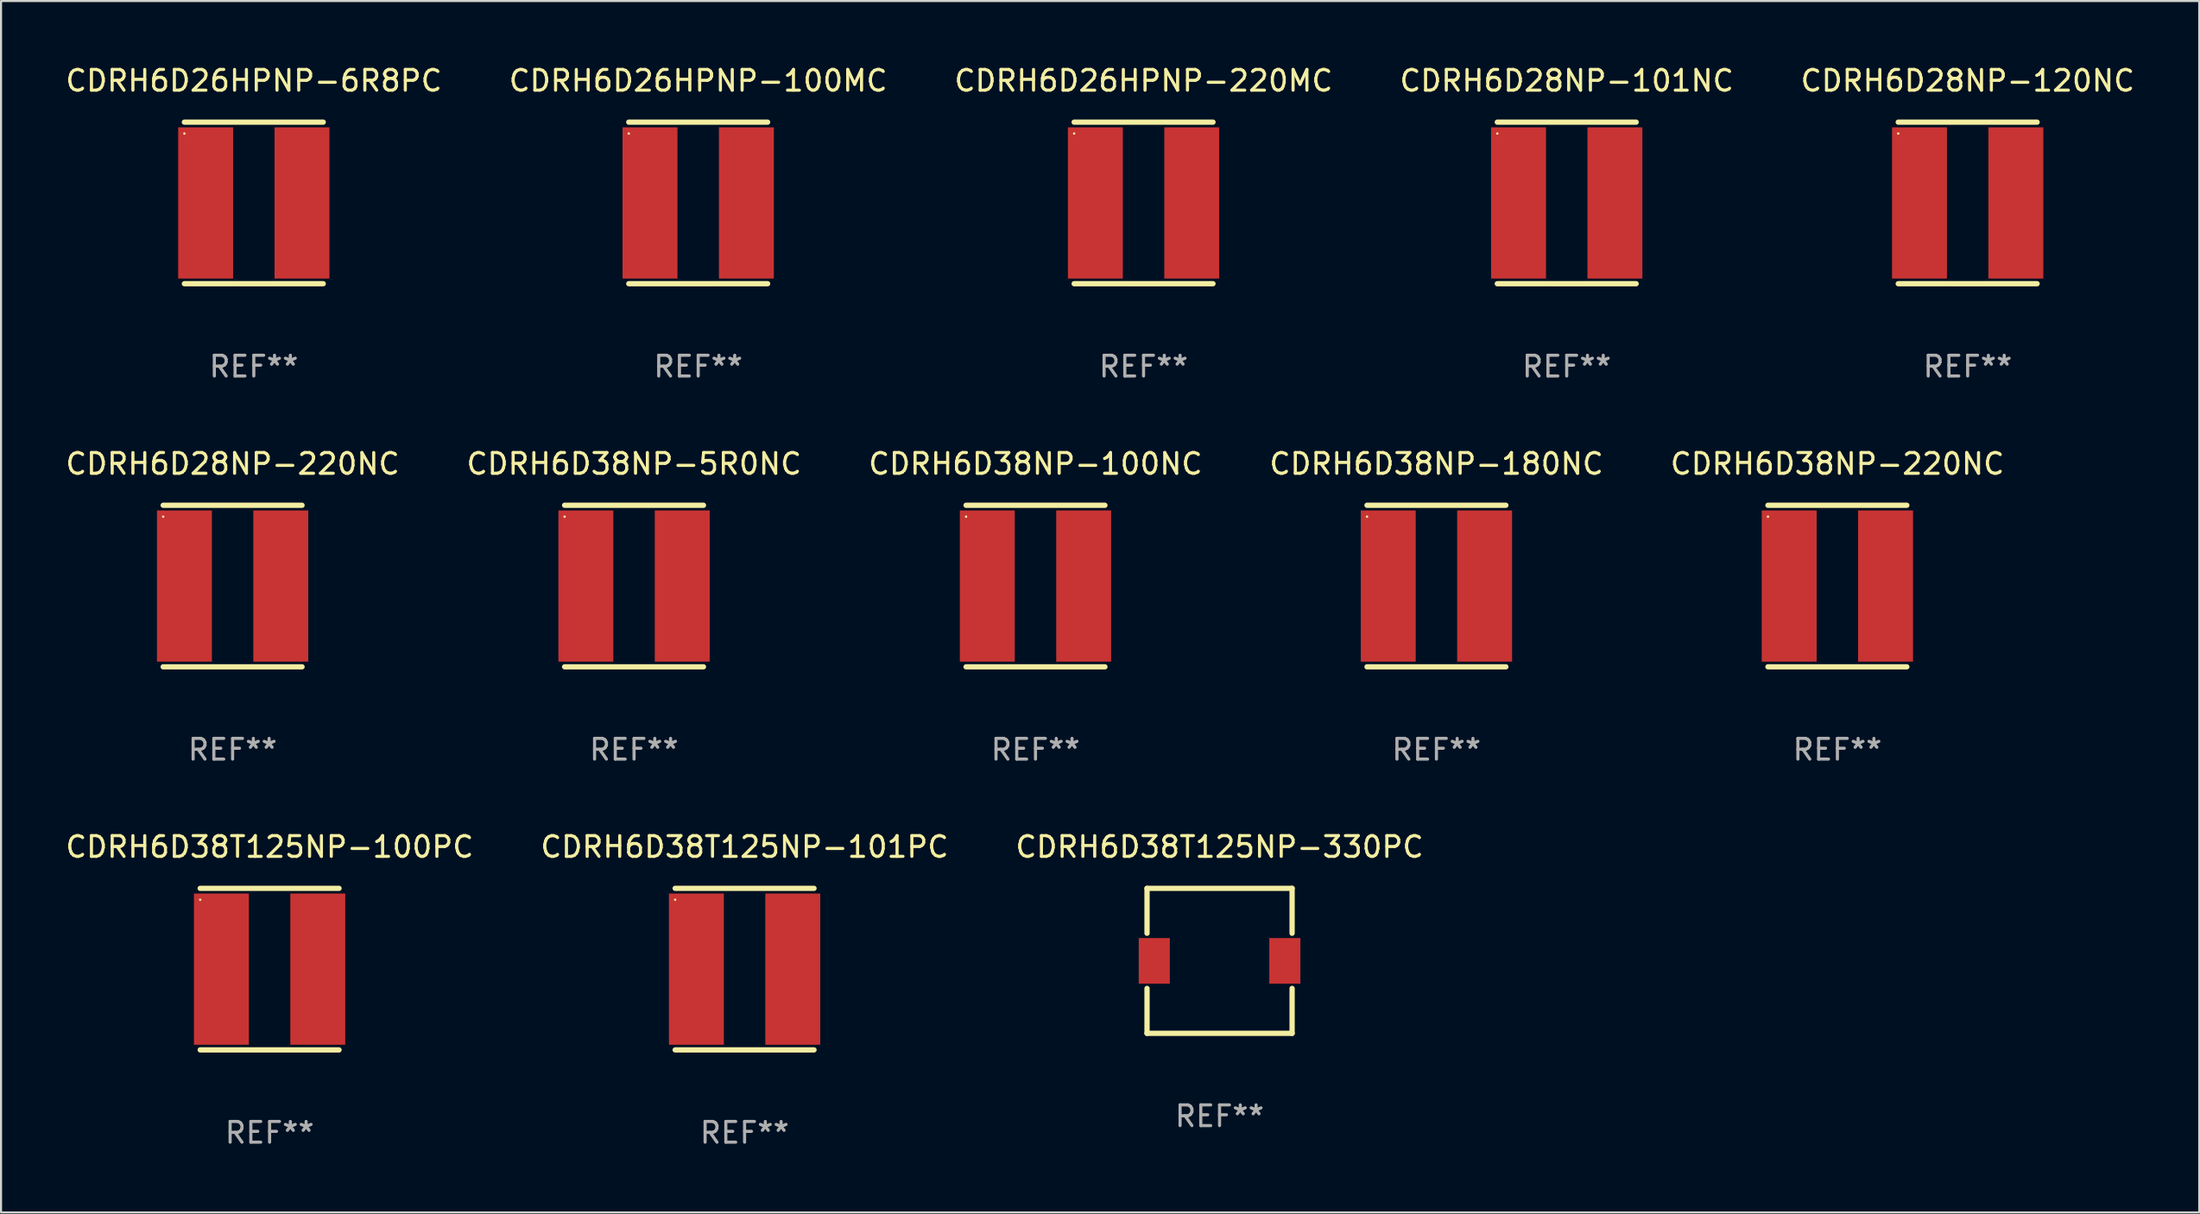
<source format=kicad_pcb>
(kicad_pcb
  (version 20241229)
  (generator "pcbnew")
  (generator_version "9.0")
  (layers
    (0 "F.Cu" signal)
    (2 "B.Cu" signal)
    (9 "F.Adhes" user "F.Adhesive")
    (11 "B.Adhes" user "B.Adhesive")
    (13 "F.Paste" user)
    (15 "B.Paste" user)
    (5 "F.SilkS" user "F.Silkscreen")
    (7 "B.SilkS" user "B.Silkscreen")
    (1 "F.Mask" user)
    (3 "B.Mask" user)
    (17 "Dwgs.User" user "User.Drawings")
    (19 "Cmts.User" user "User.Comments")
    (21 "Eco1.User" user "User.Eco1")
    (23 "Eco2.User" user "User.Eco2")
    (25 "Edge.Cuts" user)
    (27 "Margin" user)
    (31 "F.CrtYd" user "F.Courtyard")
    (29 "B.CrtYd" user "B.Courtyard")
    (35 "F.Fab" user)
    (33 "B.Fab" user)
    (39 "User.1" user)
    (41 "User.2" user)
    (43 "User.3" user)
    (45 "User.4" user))
  (footprint "CDRH6D28NP-120NC"
    (layer "F.Cu")
    (at 91.887 6.748)
    (property "Reference" "CDRH6D28NP-120NC" (at 0 -5.9 0) (layer "F.SilkS") (effects (font (size 1 1) (thickness 0.15))))
    (attr through_hole)
    (fp_line (start -3.35 -3.9) (end 3.35 -3.9) (stroke (width 0.254) (type solid)) (layer "F.SilkS"))
    (fp_line (start -3.35 3.9) (end 3.35 3.9) (stroke (width 0.254) (type solid)) (layer "F.SilkS"))
    (fp_circle (center -3.35 -3.35) (end -3.32 -3.35) (stroke (width 0.06) (type solid)) (fill no) (layer "F.SilkS"))
    (fp_text user "REF**" (at 0 7.9 0) (layer "F.Fab") (effects (font (size 1 1) (thickness 0.15))))
    (pad "1" smd rect (at -2.325 0) (size 2.65 7.3) (layers "F.Cu" "F.Mask" "F.Paste"))
    (pad "2" smd rect (at 2.325 0) (size 2.65 7.3) (layers "F.Cu" "F.Mask" "F.Paste")))
  (footprint "CDRH6D38T125NP-101PC"
    (layer "F.Cu")
    (at 32.875 43.741)
    (property "Reference" "CDRH6D38T125NP-101PC" (at 0 -5.9 0) (layer "F.SilkS") (effects (font (size 1 1) (thickness 0.15))))
    (attr through_hole)
    (fp_line (start -3.35 -3.9) (end 3.35 -3.9) (stroke (width 0.254) (type solid)) (layer "F.SilkS"))
    (fp_line (start -3.35 3.9) (end 3.35 3.9) (stroke (width 0.254) (type solid)) (layer "F.SilkS"))
    (fp_circle (center -3.35 -3.35) (end -3.32 -3.35) (stroke (width 0.06) (type solid)) (fill no) (layer "F.SilkS"))
    (fp_text user "REF**" (at 0 7.9 0) (layer "F.Fab") (effects (font (size 1 1) (thickness 0.15))))
    (pad "1" smd rect (at -2.325 0) (size 2.65 7.3) (layers "F.Cu" "F.Mask" "F.Paste"))
    (pad "2" smd rect (at 2.325 0) (size 2.65 7.3) (layers "F.Cu" "F.Mask" "F.Paste")))
  (footprint "CDRH6D38T125NP-330PC"
    (layer "F.Cu")
    (at 55.792 43.341)
    (property "Reference" "CDRH6D38T125NP-330PC" (at 0 -5.5 0) (layer "F.SilkS") (effects (font (size 1 1) (thickness 0.15))))
    (attr through_hole)
    (fp_line (start -3.5 -3.5) (end -3.5 -1.331) (stroke (width 0.254) (type solid)) (layer "F.SilkS"))
    (fp_line (start -3.5 -3.5) (end 3.5 -3.5) (stroke (width 0.254) (type solid)) (layer "F.SilkS"))
    (fp_line (start -3.5 1.331) (end -3.5 3.5) (stroke (width 0.254) (type solid)) (layer "F.SilkS"))
    (fp_line (start -3.5 3.5) (end 3.5 3.5) (stroke (width 0.254) (type solid)) (layer "F.SilkS"))
    (fp_line (start 3.5 -1.331) (end 3.5 -3.5) (stroke (width 0.254) (type solid)) (layer "F.SilkS"))
    (fp_line (start 3.5 3.5) (end 3.5 1.331) (stroke (width 0.254) (type solid)) (layer "F.SilkS"))
    (fp_circle (center -3.5 3.5) (end -3.47 3.5) (stroke (width 0.06) (type solid)) (fill no) (layer "F.SilkS"))
    (fp_text user "REF**" (at 0 7.5 0) (layer "F.Fab") (effects (font (size 1 1) (thickness 0.15))))
    (pad "1" smd rect (at -3.15 0 270) (size 2.2 1.5) (layers "F.Cu" "F.Mask" "F.Paste"))
    (pad "2" smd rect (at 3.15 0 270) (size 2.2 1.5) (layers "F.Cu" "F.Mask" "F.Paste")))
  (footprint "CDRH6D26HPNP-100MC"
    (layer "F.Cu")
    (at 30.637 6.748)
    (property "Reference" "CDRH6D26HPNP-100MC" (at 0 -5.9 0) (layer "F.SilkS") (effects (font (size 1 1) (thickness 0.15))))
    (attr through_hole)
    (fp_line (start -3.35 -3.9) (end 3.35 -3.9) (stroke (width 0.254) (type solid)) (layer "F.SilkS"))
    (fp_line (start -3.35 3.9) (end 3.35 3.9) (stroke (width 0.254) (type solid)) (layer "F.SilkS"))
    (fp_circle (center -3.35 -3.35) (end -3.32 -3.35) (stroke (width 0.06) (type solid)) (fill no) (layer "F.SilkS"))
    (fp_text user "REF**" (at 0 7.9 0) (layer "F.Fab") (effects (font (size 1 1) (thickness 0.15))))
    (pad "1" smd rect (at -2.325 0) (size 2.65 7.3) (layers "F.Cu" "F.Mask" "F.Paste"))
    (pad "2" smd rect (at 2.325 0) (size 2.65 7.3) (layers "F.Cu" "F.Mask" "F.Paste")))
  (footprint "CDRH6D38T125NP-100PC"
    (layer "F.Cu")
    (at 9.958 43.741)
    (property "Reference" "CDRH6D38T125NP-100PC" (at 0 -5.9 0) (layer "F.SilkS") (effects (font (size 1 1) (thickness 0.15))))
    (attr through_hole)
    (fp_line (start -3.35 -3.9) (end 3.35 -3.9) (stroke (width 0.254) (type solid)) (layer "F.SilkS"))
    (fp_line (start -3.35 3.9) (end 3.35 3.9) (stroke (width 0.254) (type solid)) (layer "F.SilkS"))
    (fp_circle (center -3.35 -3.35) (end -3.32 -3.35) (stroke (width 0.06) (type solid)) (fill no) (layer "F.SilkS"))
    (fp_text user "REF**" (at 0 7.9 0) (layer "F.Fab") (effects (font (size 1 1) (thickness 0.15))))
    (pad "1" smd rect (at -2.325 0) (size 2.65 7.3) (layers "F.Cu" "F.Mask" "F.Paste"))
    (pad "2" smd rect (at 2.325 0) (size 2.65 7.3) (layers "F.Cu" "F.Mask" "F.Paste")))
  (footprint "CDRH6D28NP-101NC"
    (layer "F.Cu")
    (at 72.542 6.748)
    (property "Reference" "CDRH6D28NP-101NC" (at 0 -5.9 0) (layer "F.SilkS") (effects (font (size 1 1) (thickness 0.15))))
    (attr through_hole)
    (fp_line (start -3.35 -3.9) (end 3.35 -3.9) (stroke (width 0.254) (type solid)) (layer "F.SilkS"))
    (fp_line (start -3.35 3.9) (end 3.35 3.9) (stroke (width 0.254) (type solid)) (layer "F.SilkS"))
    (fp_circle (center -3.35 -3.35) (end -3.32 -3.35) (stroke (width 0.06) (type solid)) (fill no) (layer "F.SilkS"))
    (fp_text user "REF**" (at 0 7.9 0) (layer "F.Fab") (effects (font (size 1 1) (thickness 0.15))))
    (pad "1" smd rect (at -2.325 0) (size 2.65 7.3) (layers "F.Cu" "F.Mask" "F.Paste"))
    (pad "2" smd rect (at 2.325 0) (size 2.65 7.3) (layers "F.Cu" "F.Mask" "F.Paste")))
  (footprint "CDRH6D26HPNP-6R8PC"
    (layer "F.Cu")
    (at 9.196 6.748)
    (property "Reference" "CDRH6D26HPNP-6R8PC" (at 0 -5.9 0) (layer "F.SilkS") (effects (font (size 1 1) (thickness 0.15))))
    (attr through_hole)
    (fp_line (start -3.35 -3.9) (end 3.35 -3.9) (stroke (width 0.254) (type solid)) (layer "F.SilkS"))
    (fp_line (start -3.35 3.9) (end 3.35 3.9) (stroke (width 0.254) (type solid)) (layer "F.SilkS"))
    (fp_circle (center -3.35 -3.35) (end -3.32 -3.35) (stroke (width 0.06) (type solid)) (fill no) (layer "F.SilkS"))
    (fp_text user "REF**" (at 0 7.9 0) (layer "F.Fab") (effects (font (size 1 1) (thickness 0.15))))
    (pad "1" smd rect (at -2.325 0) (size 2.65 7.3) (layers "F.Cu" "F.Mask" "F.Paste"))
    (pad "2" smd rect (at 2.325 0) (size 2.65 7.3) (layers "F.Cu" "F.Mask" "F.Paste")))
  (footprint "CDRH6D38NP-180NC"
    (layer "F.Cu")
    (at 66.256 25.245)
    (property "Reference" "CDRH6D38NP-180NC" (at 0 -5.9 0) (layer "F.SilkS") (effects (font (size 1 1) (thickness 0.15))))
    (attr through_hole)
    (fp_line (start -3.35 -3.9) (end 3.35 -3.9) (stroke (width 0.254) (type solid)) (layer "F.SilkS"))
    (fp_line (start -3.35 3.9) (end 3.35 3.9) (stroke (width 0.254) (type solid)) (layer "F.SilkS"))
    (fp_circle (center -3.35 -3.35) (end -3.32 -3.35) (stroke (width 0.06) (type solid)) (fill no) (layer "F.SilkS"))
    (fp_text user "REF**" (at 0 7.9 0) (layer "F.Fab") (effects (font (size 1 1) (thickness 0.15))))
    (pad "1" smd rect (at -2.325 0) (size 2.65 7.3) (layers "F.Cu" "F.Mask" "F.Paste"))
    (pad "2" smd rect (at 2.325 0) (size 2.65 7.3) (layers "F.Cu" "F.Mask" "F.Paste")))
  (footprint "CDRH6D26HPNP-220MC"
    (layer "F.Cu")
    (at 52.125 6.748)
    (property "Reference" "CDRH6D26HPNP-220MC" (at 0 -5.9 0) (layer "F.SilkS") (effects (font (size 1 1) (thickness 0.15))))
    (attr through_hole)
    (fp_line (start -3.35 -3.9) (end 3.35 -3.9) (stroke (width 0.254) (type solid)) (layer "F.SilkS"))
    (fp_line (start -3.35 3.9) (end 3.35 3.9) (stroke (width 0.254) (type solid)) (layer "F.SilkS"))
    (fp_circle (center -3.35 -3.35) (end -3.32 -3.35) (stroke (width 0.06) (type solid)) (fill no) (layer "F.SilkS"))
    (fp_text user "REF**" (at 0 7.9 0) (layer "F.Fab") (effects (font (size 1 1) (thickness 0.15))))
    (pad "1" smd rect (at -2.325 0) (size 2.65 7.3) (layers "F.Cu" "F.Mask" "F.Paste"))
    (pad "2" smd rect (at 2.325 0) (size 2.65 7.3) (layers "F.Cu" "F.Mask" "F.Paste")))
  (footprint "CDRH6D38NP-220NC"
    (layer "F.Cu")
    (at 85.601 25.245)
    (property "Reference" "CDRH6D38NP-220NC" (at 0 -5.9 0) (layer "F.SilkS") (effects (font (size 1 1) (thickness 0.15))))
    (attr through_hole)
    (fp_line (start -3.35 -3.9) (end 3.35 -3.9) (stroke (width 0.254) (type solid)) (layer "F.SilkS"))
    (fp_line (start -3.35 3.9) (end 3.35 3.9) (stroke (width 0.254) (type solid)) (layer "F.SilkS"))
    (fp_circle (center -3.35 -3.35) (end -3.32 -3.35) (stroke (width 0.06) (type solid)) (fill no) (layer "F.SilkS"))
    (fp_text user "REF**" (at 0 7.9 0) (layer "F.Fab") (effects (font (size 1 1) (thickness 0.15))))
    (pad "1" smd rect (at -2.325 0) (size 2.65 7.3) (layers "F.Cu" "F.Mask" "F.Paste"))
    (pad "2" smd rect (at 2.325 0) (size 2.65 7.3) (layers "F.Cu" "F.Mask" "F.Paste")))
  (footprint "CDRH6D38NP-100NC"
    (layer "F.Cu")
    (at 46.911 25.245)
    (property "Reference" "CDRH6D38NP-100NC" (at 0 -5.9 0) (layer "F.SilkS") (effects (font (size 1 1) (thickness 0.15))))
    (attr through_hole)
    (fp_line (start -3.35 -3.9) (end 3.35 -3.9) (stroke (width 0.254) (type solid)) (layer "F.SilkS"))
    (fp_line (start -3.35 3.9) (end 3.35 3.9) (stroke (width 0.254) (type solid)) (layer "F.SilkS"))
    (fp_circle (center -3.35 -3.35) (end -3.32 -3.35) (stroke (width 0.06) (type solid)) (fill no) (layer "F.SilkS"))
    (fp_text user "REF**" (at 0 7.9 0) (layer "F.Fab") (effects (font (size 1 1) (thickness 0.15))))
    (pad "1" smd rect (at -2.325 0) (size 2.65 7.3) (layers "F.Cu" "F.Mask" "F.Paste"))
    (pad "2" smd rect (at 2.325 0) (size 2.65 7.3) (layers "F.Cu" "F.Mask" "F.Paste")))
  (footprint "CDRH6D28NP-220NC"
    (layer "F.Cu")
    (at 8.173 25.245)
    (property "Reference" "CDRH6D28NP-220NC" (at 0 -5.9 0) (layer "F.SilkS") (effects (font (size 1 1) (thickness 0.15))))
    (attr through_hole)
    (fp_line (start -3.35 -3.9) (end 3.35 -3.9) (stroke (width 0.254) (type solid)) (layer "F.SilkS"))
    (fp_line (start -3.35 3.9) (end 3.35 3.9) (stroke (width 0.254) (type solid)) (layer "F.SilkS"))
    (fp_circle (center -3.35 -3.35) (end -3.32 -3.35) (stroke (width 0.06) (type solid)) (fill no) (layer "F.SilkS"))
    (fp_text user "REF**" (at 0 7.9 0) (layer "F.Fab") (effects (font (size 1 1) (thickness 0.15))))
    (pad "1" smd rect (at -2.325 0) (size 2.65 7.3) (layers "F.Cu" "F.Mask" "F.Paste"))
    (pad "2" smd rect (at 2.325 0) (size 2.65 7.3) (layers "F.Cu" "F.Mask" "F.Paste")))
  (footprint "CDRH6D38NP-5R0NC"
    (layer "F.Cu")
    (at 27.542 25.245)
    (property "Reference" "CDRH6D38NP-5R0NC" (at 0 -5.9 0) (layer "F.SilkS") (effects (font (size 1 1) (thickness 0.15))))
    (attr through_hole)
    (fp_line (start -3.35 -3.9) (end 3.35 -3.9) (stroke (width 0.254) (type solid)) (layer "F.SilkS"))
    (fp_line (start -3.35 3.9) (end 3.35 3.9) (stroke (width 0.254) (type solid)) (layer "F.SilkS"))
    (fp_circle (center -3.35 -3.35) (end -3.32 -3.35) (stroke (width 0.06) (type solid)) (fill no) (layer "F.SilkS"))
    (fp_text user "REF**" (at 0 7.9 0) (layer "F.Fab") (effects (font (size 1 1) (thickness 0.15))))
    (pad "1" smd rect (at -2.325 0) (size 2.65 7.3) (layers "F.Cu" "F.Mask" "F.Paste"))
    (pad "2" smd rect (at 2.325 0) (size 2.65 7.3) (layers "F.Cu" "F.Mask" "F.Paste")))
  (gr_rect
    (start -3 -3)
    (end 103.06 55.489)
    (stroke (width 0.1) (type default))
    (fill no)
    (layer "Edge.Cuts")))
</source>
